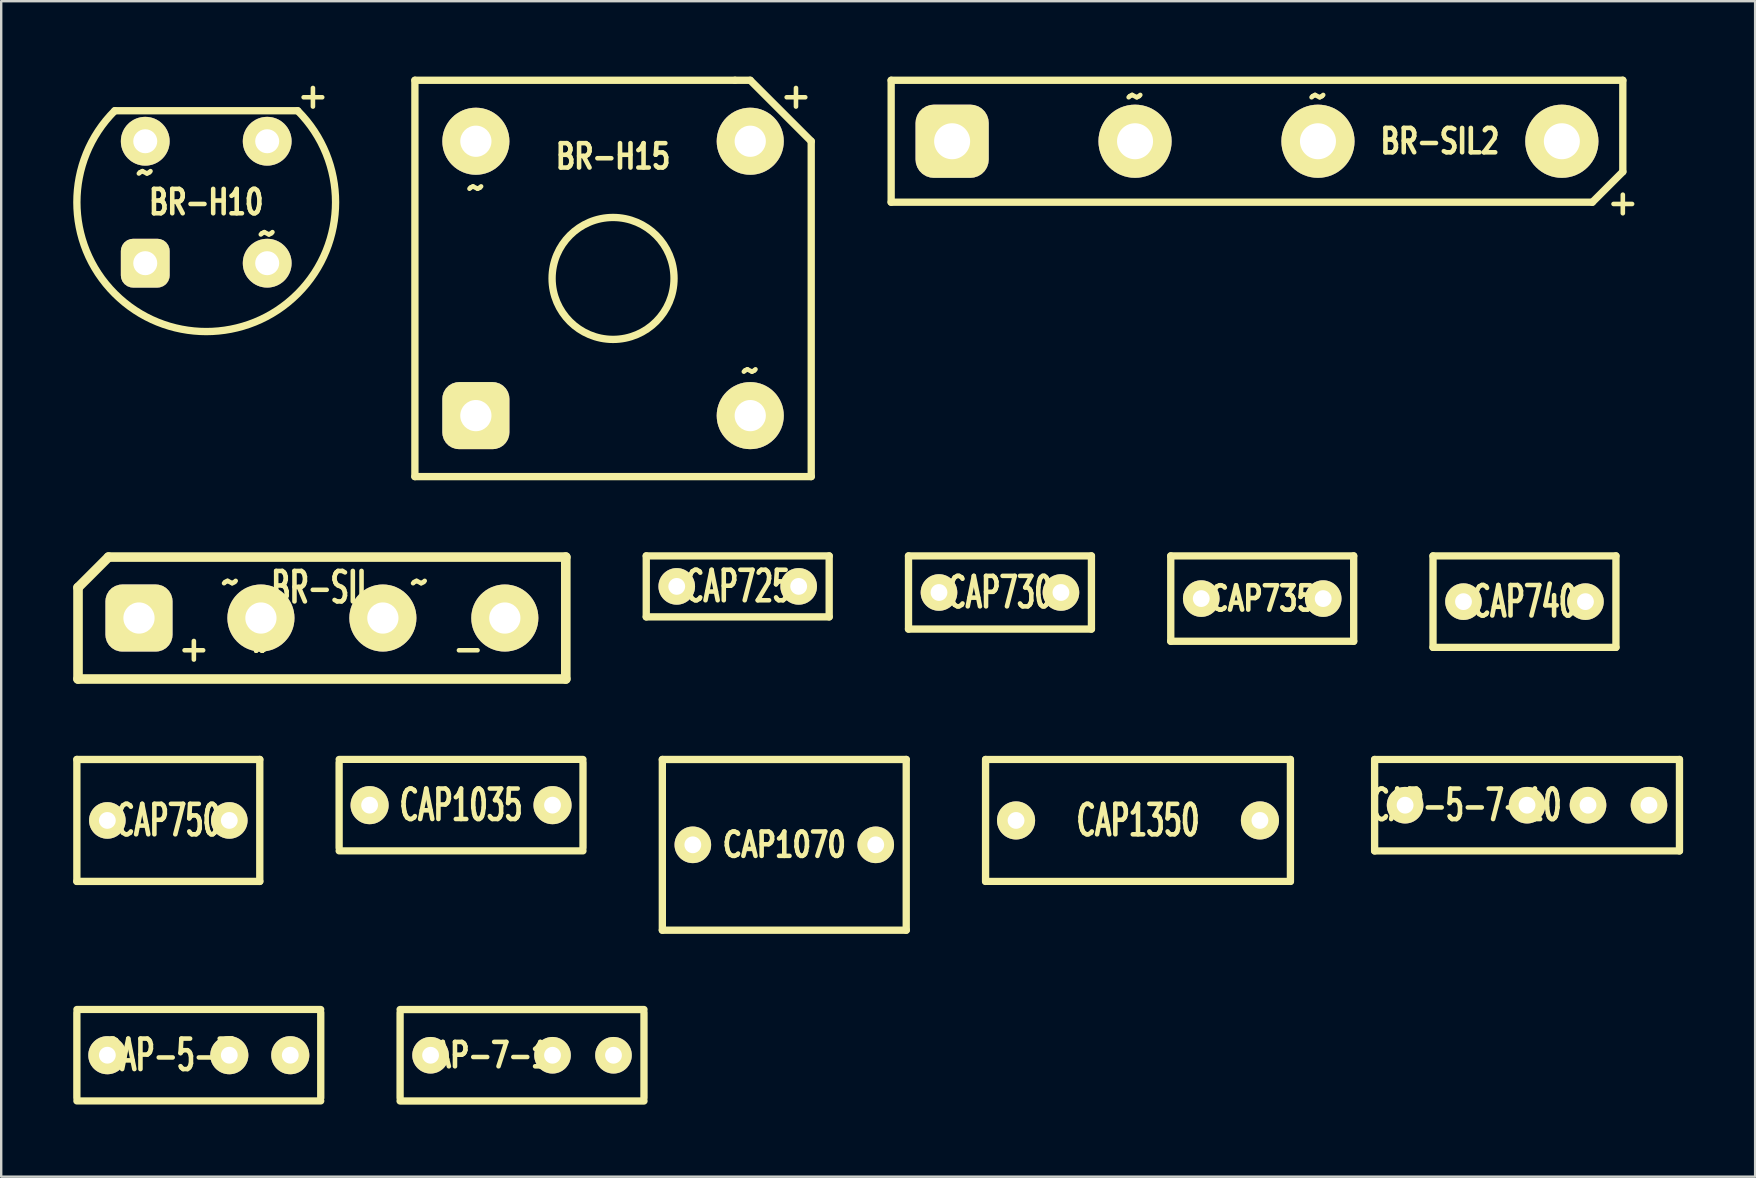
<source format=kicad_pcb>
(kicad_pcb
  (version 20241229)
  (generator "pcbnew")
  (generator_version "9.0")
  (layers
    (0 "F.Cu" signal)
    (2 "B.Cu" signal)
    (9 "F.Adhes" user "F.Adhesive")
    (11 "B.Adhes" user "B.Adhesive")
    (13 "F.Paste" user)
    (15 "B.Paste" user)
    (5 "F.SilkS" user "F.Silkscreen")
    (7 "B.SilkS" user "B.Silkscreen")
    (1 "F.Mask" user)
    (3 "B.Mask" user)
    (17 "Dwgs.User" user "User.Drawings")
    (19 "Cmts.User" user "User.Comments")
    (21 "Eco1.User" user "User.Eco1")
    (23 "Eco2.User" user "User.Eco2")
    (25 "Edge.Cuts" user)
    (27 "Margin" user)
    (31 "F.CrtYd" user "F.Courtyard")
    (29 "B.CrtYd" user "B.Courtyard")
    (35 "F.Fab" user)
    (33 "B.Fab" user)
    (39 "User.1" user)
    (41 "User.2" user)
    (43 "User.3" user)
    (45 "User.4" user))
  (footprint "CAP-5-7"
    (layer "F.Cu")
    (at 5.232 40.908)
    (property "Reference" "CAP-5-7" (at -1.27 0 0) (layer "F.SilkS") (effects (font (size 1.27 0.762) (thickness 0.191))))
    (attr through_hole)
    (fp_line (start -5.08 -1.905) (end 5.08 -1.905) (stroke (width 0.3) (type solid)) (layer "F.SilkS"))
    (fp_line (start -5.08 -1.778) (end -5.08 1.778) (stroke (width 0.305) (type solid)) (layer "F.SilkS"))
    (fp_line (start -5.08 1.905) (end 5.08 1.905) (stroke (width 0.3) (type solid)) (layer "F.SilkS"))
    (fp_line (start 5.08 -1.778) (end 5.08 1.778) (stroke (width 0.305) (type solid)) (layer "F.SilkS"))
    (pad "1" thru_hole circle (at -3.81 0) (size 1.587 1.587) (drill 0.7) (layers "*.Cu" "*.Mask" "F.SilkS"))
    (pad "2" thru_hole circle (at 1.27 0) (size 1.587 1.587) (drill 0.7) (layers "*.Cu" "*.Mask" "F.SilkS"))
    (pad "2" thru_hole circle (at 3.81 0) (size 1.587 1.587) (drill 0.7) (layers "*.Cu" "*.Mask" "F.SilkS")))
  (footprint "CAP740"
    (layer "F.Cu")
    (at 60.457 22.013)
    (property "Reference" "CAP740" (at 0 0 0) (layer "F.SilkS") (effects (font (size 1.27 0.762) (thickness 0.191))))
    (attr through_hole)
    (fp_line (start -3.81 -1.905) (end -3.81 1.905) (stroke (width 0.305) (type solid)) (layer "F.SilkS"))
    (fp_line (start -3.81 -1.905) (end 3.81 -1.905) (stroke (width 0.305) (type solid)) (layer "F.SilkS"))
    (fp_line (start 3.81 -1.905) (end 3.81 1.905) (stroke (width 0.305) (type solid)) (layer "F.SilkS"))
    (fp_line (start 3.81 1.905) (end -3.81 1.905) (stroke (width 0.305) (type solid)) (layer "F.SilkS"))
    (pad "1" thru_hole circle (at -2.54 0) (size 1.524 1.524) (drill 0.7) (layers "*.Cu" "*.Mask" "F.SilkS"))
    (pad "2" thru_hole circle (at 2.54 0) (size 1.524 1.524) (drill 0.7) (layers "*.Cu" "*.Mask" "F.SilkS")))
  (footprint "CAP1350"
    (layer "F.Cu")
    (at 44.357 31.128)
    (property "Reference" "CAP1350" (at 0 0 0) (layer "F.SilkS") (effects (font (size 1.27 0.762) (thickness 0.191))))
    (attr through_hole)
    (fp_line (start -6.35 -2.54) (end -6.35 2.54) (stroke (width 0.305) (type solid)) (layer "F.SilkS"))
    (fp_line (start -6.35 -2.54) (end 6.35 -2.54) (stroke (width 0.3) (type solid)) (layer "F.SilkS"))
    (fp_line (start -6.35 2.54) (end 6.35 2.54) (stroke (width 0.3) (type solid)) (layer "F.SilkS"))
    (fp_line (start 6.35 -2.54) (end 6.35 2.54) (stroke (width 0.305) (type solid)) (layer "F.SilkS"))
    (pad "1" thru_hole circle (at -5.08 0) (size 1.587 1.587) (drill 0.7) (layers "*.Cu" "*.Mask" "F.SilkS"))
    (pad "2" thru_hole circle (at 5.08 0) (size 1.587 1.587) (drill 0.7) (layers "*.Cu" "*.Mask" "F.SilkS")))
  (footprint "CAP730"
    (layer "F.Cu")
    (at 38.607 21.632)
    (property "Reference" "CAP730" (at 0 0 0) (layer "F.SilkS") (effects (font (size 1.27 0.762) (thickness 0.191))))
    (attr through_hole)
    (fp_line (start -3.81 -1.524) (end -3.81 1.524) (stroke (width 0.305) (type solid)) (layer "F.SilkS"))
    (fp_line (start -3.81 -1.524) (end 3.81 -1.524) (stroke (width 0.305) (type solid)) (layer "F.SilkS"))
    (fp_line (start 3.81 -1.524) (end 3.81 1.524) (stroke (width 0.305) (type solid)) (layer "F.SilkS"))
    (fp_line (start 3.81 1.524) (end -3.81 1.524) (stroke (width 0.305) (type solid)) (layer "F.SilkS"))
    (pad "1" thru_hole circle (at -2.54 0) (size 1.524 1.524) (drill 0.7) (layers "*.Cu" "*.Mask" "F.SilkS"))
    (pad "2" thru_hole circle (at 2.54 0) (size 1.524 1.524) (drill 0.7) (layers "*.Cu" "*.Mask" "F.SilkS")))
  (footprint "CAP725"
    (layer "F.Cu")
    (at 27.682 21.378)
    (property "Reference" "CAP725" (at 0 0 0) (layer "F.SilkS") (effects (font (size 1.27 0.762) (thickness 0.191))))
    (attr through_hole)
    (fp_line (start -3.81 -1.27) (end 3.81 -1.27) (stroke (width 0.305) (type solid)) (layer "F.SilkS"))
    (fp_line (start -3.81 1.27) (end -3.81 -1.27) (stroke (width 0.305) (type solid)) (layer "F.SilkS"))
    (fp_line (start 3.81 -1.27) (end 3.81 1.27) (stroke (width 0.305) (type solid)) (layer "F.SilkS"))
    (fp_line (start 3.81 1.27) (end -3.81 1.27) (stroke (width 0.305) (type solid)) (layer "F.SilkS"))
    (pad "1" thru_hole circle (at -2.54 0) (size 1.524 1.524) (drill 0.7) (layers "*.Cu" "*.Mask" "F.SilkS"))
    (pad "2" thru_hole circle (at 2.54 0) (size 1.524 1.524) (drill 0.7) (layers "*.Cu" "*.Mask" "F.SilkS")))
  (footprint "CAP-5-7-10"
    (layer "F.Cu")
    (at 60.564 30.493)
    (property "Reference" "CAP-5-7-10" (at -2.54 0 0) (layer "F.SilkS") (effects (font (size 1.27 0.762) (thickness 0.191))))
    (attr through_hole)
    (fp_line (start -6.35 -1.905) (end -6.35 1.905) (stroke (width 0.305) (type solid)) (layer "F.SilkS"))
    (fp_line (start -6.35 -1.905) (end 6.35 -1.905) (stroke (width 0.3) (type solid)) (layer "F.SilkS"))
    (fp_line (start -6.35 1.905) (end 6.35 1.905) (stroke (width 0.3) (type solid)) (layer "F.SilkS"))
    (fp_line (start 6.35 -1.905) (end 6.35 1.905) (stroke (width 0.305) (type solid)) (layer "F.SilkS"))
    (pad "1" thru_hole circle (at -5.08 0) (size 1.524 1.524) (drill 0.7) (layers "*.Cu" "*.Mask" "F.SilkS"))
    (pad "2" thru_hole circle (at 0 0) (size 1.524 1.524) (drill 0.7) (layers "*.Cu" "*.Mask" "F.SilkS"))
    (pad "2" thru_hole circle (at 2.54 0) (size 1.524 1.524) (drill 0.7) (layers "*.Cu" "*.Mask" "F.SilkS"))
    (pad "2" thru_hole circle (at 5.08 0) (size 1.524 1.524) (drill 0.7) (layers "*.Cu" "*.Mask" "F.SilkS")))
  (footprint "BR-H10"
    (layer "F.Cu")
    (at 5.541 5.374)
    (property "Reference" "BR-H10" (at 0 0 0) (layer "F.SilkS") (effects (font (size 1.016 0.762) (thickness 0.191))))
    (attr through_hole)
    (fp_line (start 3.81 -3.81) (end -3.81 -3.81) (stroke (width 0.305) (type solid)) (layer "F.SilkS"))
    (fp_arc (start 3.81 -3.81) (mid 0 5.388154) (end -3.81 -3.81) (stroke (width 0.3048) (type solid)) (layer "F.SilkS"))
    (fp_text user "+" (at 4.445 -4.445 0) (layer "F.SilkS") (effects (font (size 1.016 1.016) (thickness 0.191))))
    (fp_text user "~" (at 2.54 1.27 0) (layer "F.SilkS") (effects (font (size 1.016 1.016) (thickness 0.191))))
    (fp_text user "~" (at -2.54 -1.27 0) (layer "F.SilkS") (effects (font (size 1.016 1.016) (thickness 0.191))))
    (pad "a1" thru_hole circle (at -2.54 -2.54) (size 2.032 2.032) (drill 1) (layers "*.Cu" "*.Mask" "F.SilkS"))
    (pad "a2" thru_hole circle (at 2.54 2.54) (size 2.032 2.032) (drill 1) (layers "*.Cu" "*.Mask" "F.SilkS"))
    (pad "d1" thru_hole roundrect (at -2.54 2.54) (size 2.032 2.032) (drill 1) (layers "*.Cu" "*.Mask" "F.SilkS") (roundrect_rratio 0.25))
    (pad "d2" thru_hole circle (at 2.54 -2.54) (size 2.032 2.032) (drill 1) (layers "*.Cu" "*.Mask" "F.SilkS")))
  (footprint "CAP1070"
    (layer "F.Cu")
    (at 29.622 32.144)
    (property "Reference" "CAP1070" (at 0 0 0) (layer "F.SilkS") (effects (font (size 1.016 0.762) (thickness 0.191))))
    (attr through_hole)
    (fp_line (start -5.08 -3.556) (end -5.08 3.556) (stroke (width 0.305) (type solid)) (layer "F.SilkS"))
    (fp_line (start -5.08 -3.556) (end 5.08 -3.556) (stroke (width 0.305) (type solid)) (layer "F.SilkS"))
    (fp_line (start -5.08 3.556) (end 5.08 3.556) (stroke (width 0.305) (type solid)) (layer "F.SilkS"))
    (fp_line (start 5.08 -3.556) (end 5.08 3.556) (stroke (width 0.305) (type solid)) (layer "F.SilkS"))
    (pad "1" thru_hole circle (at -3.81 0) (size 1.524 1.524) (drill 0.7) (layers "*.Cu" "*.Mask" "F.SilkS"))
    (pad "2" thru_hole circle (at 3.81 0) (size 1.524 1.524) (drill 0.7) (layers "*.Cu" "*.Mask" "F.SilkS")))
  (footprint "BR-H15"
    (layer "F.Cu")
    (at 22.489 8.549)
    (property "Reference" "BR-H15" (at 0 -5.08 0) (layer "F.SilkS") (effects (font (size 1.016 0.762) (thickness 0.191))))
    (attr through_hole)
    (fp_line (start -8.255 -8.255) (end 5.08 -8.255) (stroke (width 0.305) (type solid)) (layer "F.SilkS"))
    (fp_line (start -8.255 8.255) (end -8.255 -8.255) (stroke (width 0.305) (type solid)) (layer "F.SilkS"))
    (fp_line (start 5.08 -8.255) (end 5.715 -8.255) (stroke (width 0.305) (type solid)) (layer "F.SilkS"))
    (fp_line (start 5.715 -8.255) (end 8.255 -5.715) (stroke (width 0.305) (type solid)) (layer "F.SilkS"))
    (fp_line (start 8.255 -5.715) (end 8.255 8.255) (stroke (width 0.305) (type solid)) (layer "F.SilkS"))
    (fp_line (start 8.255 8.255) (end -8.255 8.255) (stroke (width 0.305) (type solid)) (layer "F.SilkS"))
    (fp_circle (center 0 0) (end -2.54 0) (stroke (width 0.305) (type solid)) (fill no) (layer "F.SilkS"))
    (fp_text user "~" (at 5.715 3.81 0) (layer "F.SilkS") (effects (font (size 1.016 1.016) (thickness 0.191))))
    (fp_text user "~" (at -5.715 -3.81 0) (layer "F.SilkS") (effects (font (size 1.016 1.016) (thickness 0.191))))
    (fp_text user "+" (at 7.62 -7.62 0) (layer "F.SilkS") (effects (font (size 1.016 1.016) (thickness 0.191))))
    (pad "a1" thru_hole circle (at -5.715 -5.715) (size 2.794 2.794) (drill 1.3) (layers "*.Cu" "*.Mask" "F.SilkS"))
    (pad "a2" thru_hole circle (at 5.715 5.715) (size 2.794 2.794) (drill 1.3) (layers "*.Cu" "*.Mask" "F.SilkS"))
    (pad "d1" thru_hole roundrect (at -5.715 5.715) (size 2.794 2.794) (drill 1.3) (layers "*.Cu" "*.Mask" "F.SilkS") (roundrect_rratio 0.25))
    (pad "d2" thru_hole circle (at 5.715 -5.715) (size 2.794 2.794) (drill 1.3) (layers "*.Cu" "*.Mask" "F.SilkS")))
  (footprint "BR-SIL"
    (layer "F.Cu")
    (at 10.36 22.696)
    (property "Reference" "BR-SIL" (at 0 -1.27 0) (layer "F.SilkS") (effects (font (size 1.27 0.762) (thickness 0.191))))
    (attr through_hole)
    (fp_line (start -10.16 -1.27) (end -10.16 2.54) (stroke (width 0.4) (type solid)) (layer "F.SilkS"))
    (fp_line (start -8.89 -2.54) (end -10.16 -1.27) (stroke (width 0.4) (type solid)) (layer "F.SilkS"))
    (fp_line (start -8.89 -2.54) (end 10.16 -2.54) (stroke (width 0.4) (type solid)) (layer "F.SilkS"))
    (fp_line (start 10.16 -2.54) (end 10.16 2.54) (stroke (width 0.4) (type solid)) (layer "F.SilkS"))
    (fp_line (start 10.16 2.54) (end -10.16 2.54) (stroke (width 0.4) (type solid)) (layer "F.SilkS"))
    (fp_text user "~" (at -3.81 -1.524 0) (layer "F.SilkS") (effects (font (size 1.016 1.016) (thickness 0.191))))
    (fp_text user "~" (at 4.064 -1.524 0) (layer "F.SilkS") (effects (font (size 1.016 1.016) (thickness 0.191))))
    (fp_text user "~" (at -2.54 1.27 0) (layer "F.SilkS") (effects (font (size 1.27 0.762) (thickness 0.191))))
    (fp_text user "~" (at -2.54 1.27 0) (layer "F.SilkS") (effects (font (size 1.27 0.762) (thickness 0.191))))
    (fp_text user "+" (at -5.334 1.27 0) (layer "F.SilkS") (effects (font (size 1.016 1.016) (thickness 0.191))))
    (fp_text user "-" (at 6.096 1.27 0) (layer "F.SilkS") (effects (font (size 1.016 1.016) (thickness 0.191))))
    (pad "A1" thru_hole circle (at -2.54 0) (size 2.794 2.794) (drill 1.3) (layers "*.Cu" "*.Mask" "F.SilkS"))
    (pad "A2" thru_hole circle (at 2.54 0) (size 2.794 2.794) (drill 1.3) (layers "*.Cu" "*.Mask" "F.SilkS"))
    (pad "D1" thru_hole roundrect (at -7.62 0) (size 2.794 2.794) (drill 1.3) (layers "*.Cu" "*.Mask" "F.SilkS") (roundrect_rratio 0.25))
    (pad "D2" thru_hole circle (at 7.62 0) (size 2.794 2.794) (drill 1.3) (layers "*.Cu" "*.Mask" "F.SilkS")))
  (footprint "CAP750"
    (layer "F.Cu")
    (at 3.962 31.128)
    (property "Reference" "CAP750" (at 0 0 0) (layer "F.SilkS") (effects (font (size 1.27 0.762) (thickness 0.191))))
    (attr through_hole)
    (fp_line (start -3.81 -2.54) (end -3.81 2.54) (stroke (width 0.305) (type solid)) (layer "F.SilkS"))
    (fp_line (start -3.81 -2.54) (end 3.81 -2.54) (stroke (width 0.305) (type solid)) (layer "F.SilkS"))
    (fp_line (start 3.81 -2.54) (end 3.81 2.54) (stroke (width 0.305) (type solid)) (layer "F.SilkS"))
    (fp_line (start 3.81 2.54) (end -3.81 2.54) (stroke (width 0.305) (type solid)) (layer "F.SilkS"))
    (pad "1" thru_hole circle (at -2.54 0) (size 1.524 1.524) (drill 0.7) (layers "*.Cu" "*.Mask" "F.SilkS"))
    (pad "2" thru_hole circle (at 2.54 0) (size 1.524 1.524) (drill 0.7) (layers "*.Cu" "*.Mask" "F.SilkS")))
  (footprint "CAP735"
    (layer "F.Cu")
    (at 49.532 21.886)
    (property "Reference" "CAP735" (at 0 0 0) (layer "F.SilkS") (effects (font (size 1.016 0.762) (thickness 0.191))))
    (attr through_hole)
    (fp_line (start -3.81 -1.778) (end -3.81 1.778) (stroke (width 0.305) (type solid)) (layer "F.SilkS"))
    (fp_line (start -3.81 -1.778) (end 3.81 -1.778) (stroke (width 0.305) (type solid)) (layer "F.SilkS"))
    (fp_line (start 3.81 -1.778) (end 3.81 1.778) (stroke (width 0.305) (type solid)) (layer "F.SilkS"))
    (fp_line (start 3.81 1.778) (end -3.81 1.778) (stroke (width 0.305) (type solid)) (layer "F.SilkS"))
    (pad "1" thru_hole circle (at -2.54 0) (size 1.524 1.524) (drill 0.7) (layers "*.Cu" "*.Mask" "F.SilkS"))
    (pad "2" thru_hole circle (at 2.54 0) (size 1.524 1.524) (drill 0.7) (layers "*.Cu" "*.Mask" "F.SilkS")))
  (footprint "BR-SIL2"
    (layer "F.Cu")
    (at 48.044 2.834)
    (property "Reference" "BR-SIL2" (at 8.89 0 0) (layer "F.SilkS") (effects (font (size 1.016 0.762) (thickness 0.191))))
    (attr through_hole)
    (fp_line (start -13.97 2.54) (end -13.97 -2.54) (stroke (width 0.305) (type solid)) (layer "F.SilkS"))
    (fp_line (start 15.24 2.54) (end -13.97 2.54) (stroke (width 0.305) (type solid)) (layer "F.SilkS"))
    (fp_line (start 15.24 2.54) (end 16.51 1.27) (stroke (width 0.305) (type solid)) (layer "F.SilkS"))
    (fp_line (start 16.51 -2.54) (end -13.97 -2.54) (stroke (width 0.305) (type solid)) (layer "F.SilkS"))
    (fp_line (start 16.51 1.27) (end 16.51 -2.54) (stroke (width 0.305) (type solid)) (layer "F.SilkS"))
    (fp_text user "~" (at 3.81 -1.905 0) (layer "F.SilkS") (effects (font (size 1.016 1.016) (thickness 0.191))))
    (fp_text user "~" (at -3.81 -1.905 0) (layer "F.SilkS") (effects (font (size 1.016 1.016) (thickness 0.191))))
    (fp_text user "+" (at 16.51 2.54 0) (layer "F.SilkS") (effects (font (size 1.016 1.016) (thickness 0.191))))
    (pad "a1" thru_hole circle (at 3.81 0) (size 3.048 3.048) (drill 1.5) (layers "*.Cu" "*.Mask" "F.SilkS"))
    (pad "a2" thru_hole circle (at -3.81 0) (size 3.048 3.048) (drill 1.5) (layers "*.Cu" "*.Mask" "F.SilkS"))
    (pad "d1" thru_hole roundrect (at -11.43 0) (size 3.048 3.048) (drill 1.5) (layers "*.Cu" "*.Mask" "F.SilkS") (roundrect_rratio 0.25))
    (pad "d2" thru_hole circle (at 13.97 0) (size 3.048 3.048) (drill 1.5) (layers "*.Cu" "*.Mask" "F.SilkS")))
  (footprint "CAP-7-10"
    (layer "F.Cu")
    (at 18.697 40.91)
    (property "Reference" "CAP-7-10" (at -1.27 0 0) (layer "F.SilkS") (effects (font (size 1.016 0.762) (thickness 0.191))))
    (attr through_hole)
    (fp_line (start -5.08 -1.905) (end 5.08 -1.905) (stroke (width 0.305) (type solid)) (layer "F.SilkS"))
    (fp_line (start -5.08 -1.778) (end -5.08 1.778) (stroke (width 0.305) (type solid)) (layer "F.SilkS"))
    (fp_line (start -5.08 1.905) (end 5.08 1.905) (stroke (width 0.305) (type solid)) (layer "F.SilkS"))
    (fp_line (start 5.08 -1.778) (end 5.08 1.778) (stroke (width 0.305) (type solid)) (layer "F.SilkS"))
    (pad "1" thru_hole circle (at -3.81 0) (size 1.524 1.524) (drill 0.7) (layers "*.Cu" "*.Mask" "F.SilkS"))
    (pad "2" thru_hole circle (at 1.27 0) (size 1.524 1.524) (drill 0.7) (layers "*.Cu" "*.Mask" "F.SilkS"))
    (pad "2" thru_hole circle (at 3.81 0) (size 1.524 1.524) (drill 0.7) (layers "*.Cu" "*.Mask" "F.SilkS")))
  (footprint "CAP1035"
    (layer "F.Cu")
    (at 16.157 30.491)
    (property "Reference" "CAP1035" (at 0 0 0) (layer "F.SilkS") (effects (font (size 1.27 0.762) (thickness 0.191))))
    (attr through_hole)
    (fp_line (start -5.08 -1.905) (end 5.08 -1.905) (stroke (width 0.3) (type solid)) (layer "F.SilkS"))
    (fp_line (start -5.08 -1.778) (end -5.08 1.778) (stroke (width 0.305) (type solid)) (layer "F.SilkS"))
    (fp_line (start -5.08 1.905) (end 5.08 1.905) (stroke (width 0.3) (type solid)) (layer "F.SilkS"))
    (fp_line (start 5.08 -1.778) (end 5.08 1.778) (stroke (width 0.305) (type solid)) (layer "F.SilkS"))
    (pad "1" thru_hole circle (at -3.81 0) (size 1.587 1.587) (drill 0.7) (layers "*.Cu" "*.Mask" "F.SilkS"))
    (pad "2" thru_hole circle (at 3.81 0) (size 1.587 1.587) (drill 0.7) (layers "*.Cu" "*.Mask" "F.SilkS")))
  (gr_rect
    (start -3 -3)
    (end 70.066 45.968)
    (stroke (width 0.1) (type default))
    (fill no)
    (layer "Edge.Cuts")))
</source>
